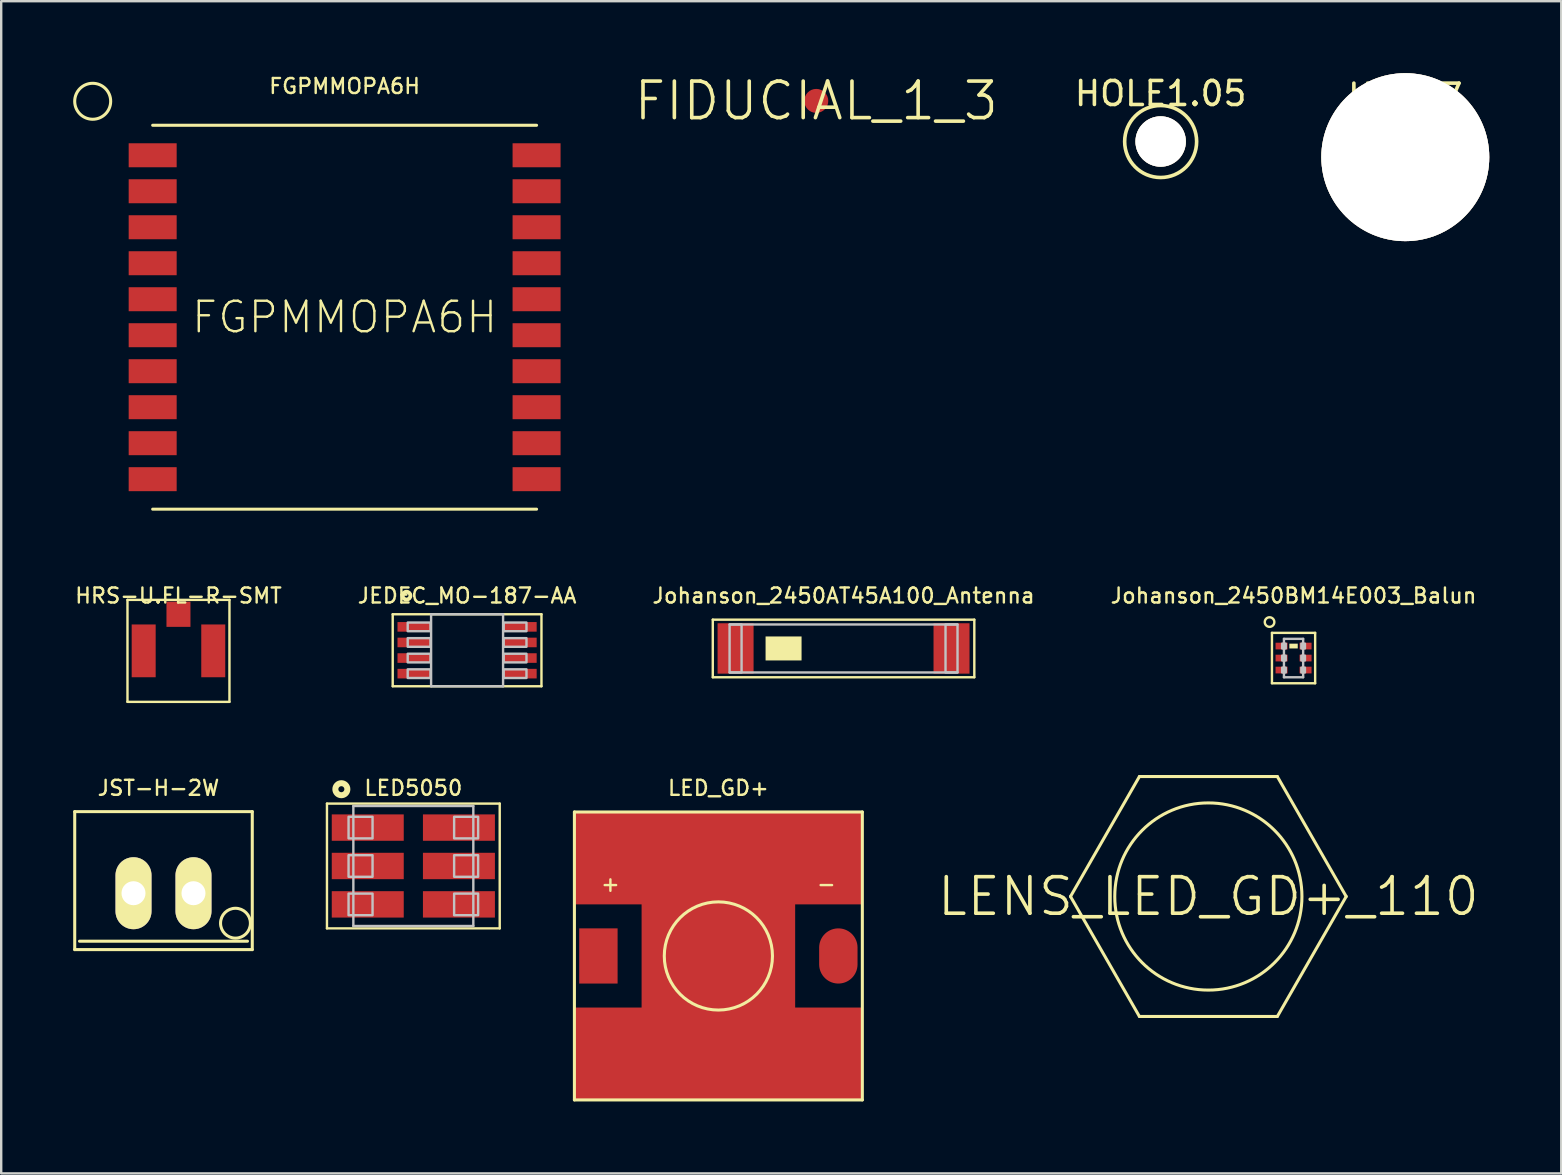
<source format=kicad_pcb>
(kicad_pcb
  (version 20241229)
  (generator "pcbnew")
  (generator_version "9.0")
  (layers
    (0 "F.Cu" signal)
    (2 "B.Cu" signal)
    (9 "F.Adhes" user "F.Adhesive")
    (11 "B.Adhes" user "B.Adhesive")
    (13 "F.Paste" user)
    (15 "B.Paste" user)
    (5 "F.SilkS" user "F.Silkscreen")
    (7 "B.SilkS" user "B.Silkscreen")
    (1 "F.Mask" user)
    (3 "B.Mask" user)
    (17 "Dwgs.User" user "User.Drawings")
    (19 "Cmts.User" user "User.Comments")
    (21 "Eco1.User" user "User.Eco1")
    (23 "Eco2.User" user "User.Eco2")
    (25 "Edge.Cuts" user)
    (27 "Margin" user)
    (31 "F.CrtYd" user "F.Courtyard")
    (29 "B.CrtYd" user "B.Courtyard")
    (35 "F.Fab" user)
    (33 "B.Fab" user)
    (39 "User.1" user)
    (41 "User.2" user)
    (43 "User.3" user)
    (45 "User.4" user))
  (footprint "JEDEC_MO-187-AA"
    (layer "F.Cu")
    (at 16.417 24.051)
    (property "Reference" "JEDEC_MO-187-AA" (at 0 -2.275 0) (layer "F.SilkS") (effects (font (size 0.625 0.625) (thickness 0.1))))
    (attr through_hole)
    (fp_line (start -3.1 -1.5) (end -3.1 1.5) (stroke (width 0.1) (type solid)) (layer "F.SilkS"))
    (fp_line (start -3.1 1.5) (end 3.1 1.5) (stroke (width 0.1) (type solid)) (layer "F.SilkS"))
    (fp_line (start 3.1 -1.5) (end -3.1 -1.5) (stroke (width 0.1) (type solid)) (layer "F.SilkS"))
    (fp_line (start 3.1 1.5) (end 3.1 -1.5) (stroke (width 0.1) (type solid)) (layer "F.SilkS"))
    (fp_circle (center -2.525 -2.275) (end -2.41 -2.16) (stroke (width 0.163) (type solid)) (fill no) (layer "F.SilkS"))
    (fp_line (start -1.5 -1.5) (end -1.5 1.5) (stroke (width 0.1) (type solid)) (layer "Dwgs.User"))
    (fp_line (start -1.5 1.5) (end 1.5 1.5) (stroke (width 0.1) (type solid)) (layer "Dwgs.User"))
    (fp_line (start 1.5 -1.5) (end -1.5 -1.5) (stroke (width 0.1) (type solid)) (layer "Dwgs.User"))
    (fp_line (start 1.5 1.5) (end 1.5 -1.5) (stroke (width 0.1) (type solid)) (layer "Dwgs.User"))
    (fp_poly (pts (xy -2.475 -1.155) (xy -2.475 -0.795) (xy -1.525 -0.795) (xy -1.525 -1.155) (xy -2.475 -1.155)) (stroke (width 0.1) (type solid)) (fill no) (layer "Dwgs.User"))
    (fp_poly (pts (xy -2.475 -0.505) (xy -2.475 -0.145) (xy -1.525 -0.145) (xy -1.525 -0.505) (xy -2.475 -0.505)) (stroke (width 0.1) (type solid)) (fill no) (layer "Dwgs.User"))
    (fp_poly (pts (xy -2.475 0.145) (xy -2.475 0.505) (xy -1.525 0.505) (xy -1.525 0.145) (xy -2.475 0.145)) (stroke (width 0.1) (type solid)) (fill no) (layer "Dwgs.User"))
    (fp_poly (pts (xy -2.475 0.795) (xy -2.475 1.155) (xy -1.525 1.155) (xy -1.525 0.795) (xy -2.475 0.795)) (stroke (width 0.1) (type solid)) (fill no) (layer "Dwgs.User"))
    (fp_poly (pts (xy 1.525 -1.155) (xy 1.525 -0.795) (xy 2.475 -0.795) (xy 2.475 -1.155) (xy 1.525 -1.155)) (stroke (width 0.1) (type solid)) (fill no) (layer "Dwgs.User"))
    (fp_poly (pts (xy 1.525 -0.505) (xy 1.525 -0.145) (xy 2.475 -0.145) (xy 2.475 -0.505) (xy 1.525 -0.505)) (stroke (width 0.1) (type solid)) (fill no) (layer "Dwgs.User"))
    (fp_poly (pts (xy 1.525 0.145) (xy 1.525 0.505) (xy 2.475 0.505) (xy 2.475 0.145) (xy 1.525 0.145)) (stroke (width 0.1) (type solid)) (fill no) (layer "Dwgs.User"))
    (fp_poly (pts (xy 1.525 0.795) (xy 1.525 1.155) (xy 2.475 1.155) (xy 2.475 0.795) (xy 1.525 0.795)) (stroke (width 0.1) (type solid)) (fill no) (layer "Dwgs.User"))
    (pad "1" smd rect (at -2.2 -0.975 180) (size 1.4 0.4) (layers "F.Cu" "F.Mask" "F.Paste"))
    (pad "2" smd rect (at -2.2 -0.325 180) (size 1.4 0.4) (layers "F.Cu" "F.Mask" "F.Paste"))
    (pad "3" smd rect (at -2.2 0.325 180) (size 1.4 0.4) (layers "F.Cu" "F.Mask" "F.Paste"))
    (pad "4" smd rect (at -2.2 0.975 180) (size 1.4 0.4) (layers "F.Cu" "F.Mask" "F.Paste"))
    (pad "5" smd rect (at 2.2 0.975) (size 1.4 0.4) (layers "F.Cu" "F.Mask" "F.Paste"))
    (pad "6" smd rect (at 2.2 0.325) (size 1.4 0.4) (layers "F.Cu" "F.Mask" "F.Paste"))
    (pad "7" smd rect (at 2.2 -0.325) (size 1.4 0.4) (layers "F.Cu" "F.Mask" "F.Paste"))
    (pad "8" smd rect (at 2.2 -0.975) (size 1.4 0.4) (layers "F.Cu" "F.Mask" "F.Paste")))
  (footprint "JST-H-2W"
    (layer "F.Cu")
    (at 3.764 34.177)
    (property "Reference" "JST-H-2W" (at -0.21 -4.385 0) (layer "F.SilkS") (effects (font (size 0.625 0.625) (thickness 0.1))))
    (attr through_hole)
    (fp_line (start -3.7 -3.4) (end 3.7 -3.4) (stroke (width 0.127) (type solid)) (layer "F.SilkS"))
    (fp_line (start -3.7 2.35) (end -3.7 -3.4) (stroke (width 0.127) (type solid)) (layer "F.SilkS"))
    (fp_line (start -3.5 2) (end 3.5 2) (stroke (width 0.127) (type solid)) (layer "F.SilkS"))
    (fp_line (start 3.7 -3.4) (end 3.7 2.35) (stroke (width 0.127) (type solid)) (layer "F.SilkS"))
    (fp_line (start 3.7 2.35) (end -3.7 2.35) (stroke (width 0.127) (type solid)) (layer "F.SilkS"))
    (fp_circle (center 3 1.25) (end 3.44 1.69) (stroke (width 0.127) (type solid)) (fill no) (layer "F.SilkS"))
    (pad "1" thru_hole oval (at 1.25 0 90) (size 3 1.5) (drill 1) (layers "*.Cu" "*.Mask" "F.SilkS"))
    (pad "2" thru_hole oval (at -1.25 0 90) (size 3 1.5) (drill 1) (layers "*.Cu" "*.Mask" "F.SilkS")))
  (footprint "FIDUCIAL_1_3"
    (layer "F.Cu")
    (at 30.97 1.155)
    (property "Reference" "FIDUCIAL_1_3" (at 0 0 0) (layer "F.SilkS") (effects (font (size 1.524 1.524) (thickness 0.15))))
    (attr through_hole)
    (fp_circle (center 0 0) (end 0.354 0.354) (stroke (width 0.5) (type solid)) (fill no) (layer "F.Mask"))
    (pad "1" smd oval (at 0 0) (size 1 1) (layers "F.Cu" "F.Mask" "F.Paste")))
  (footprint "HRS-U.FL-R-SMT"
    (layer "F.Cu")
    (at 4.388 24.076)
    (property "Reference" "HRS-U.FL-R-SMT" (at 0 -2.3 0) (layer "F.SilkS") (effects (font (size 0.625 0.625) (thickness 0.1))))
    (attr through_hole)
    (fp_line (start -2.125 -2.125) (end -2.125 2.125) (stroke (width 0.1) (type solid)) (layer "F.SilkS"))
    (fp_line (start -2.125 2.125) (end 2.125 2.125) (stroke (width 0.1) (type solid)) (layer "F.SilkS"))
    (fp_line (start 2.125 -2.125) (end -2.125 -2.125) (stroke (width 0.1) (type solid)) (layer "F.SilkS"))
    (fp_line (start 2.125 2.125) (end 2.125 -2.125) (stroke (width 0.1) (type solid)) (layer "F.SilkS"))
    (pad "1" smd rect (at 0 -1.525) (size 1 1.05) (layers "F.Cu" "F.Mask" "F.Paste"))
    (pad "2" smd rect (at -1.45 0) (size 1 2.2) (layers "F.Cu" "F.Mask" "F.Paste"))
    (pad "3" smd rect (at 1.45 0) (size 1 2.2) (layers "F.Cu" "F.Mask" "F.Paste")))
  (footprint "FGPMMOPA6H"
    (layer "F.Cu")
    (at 11.313 10.171)
    (property "Reference" "FGPMMOPA6H" (at 0 -9.63 0) (layer "F.SilkS") (effects (font (size 0.625 0.625) (thickness 0.1))))
    (attr through_hole)
    (fp_line (start -8 -8) (end 8 -8) (stroke (width 0.127) (type solid)) (layer "F.SilkS"))
    (fp_line (start 8 8) (end -8 8) (stroke (width 0.127) (type solid)) (layer "F.SilkS"))
    (fp_circle (center -10.5 -9) (end -9.97 -8.47) (stroke (width 0.127) (type solid)) (fill no) (layer "F.SilkS"))
    (fp_text user "FGPMMOPA6H" (at 0 0 0) (layer "F.SilkS") (effects (font (size 1.27 1.27) (thickness 0.1))))
    (pad "1" smd rect (at -8 -6.75 180) (size 2 1) (layers "F.Cu" "F.Mask" "F.Paste"))
    (pad "2" smd rect (at -8 -5.25 180) (size 2 1) (layers "F.Cu" "F.Mask" "F.Paste"))
    (pad "3" smd rect (at -8 -3.75 180) (size 2 1) (layers "F.Cu" "F.Mask" "F.Paste"))
    (pad "4" smd rect (at -8 -2.25 180) (size 2 1) (layers "F.Cu" "F.Mask" "F.Paste"))
    (pad "5" smd rect (at -8 -0.75 180) (size 2 1) (layers "F.Cu" "F.Mask" "F.Paste"))
    (pad "6" smd rect (at -8 0.75 180) (size 2 1) (layers "F.Cu" "F.Mask" "F.Paste"))
    (pad "7" smd rect (at -8 2.25 180) (size 2 1) (layers "F.Cu" "F.Mask" "F.Paste"))
    (pad "8" smd rect (at -8 3.75 180) (size 2 1) (layers "F.Cu" "F.Mask" "F.Paste"))
    (pad "9" smd rect (at -8 5.25 180) (size 2 1) (layers "F.Cu" "F.Mask" "F.Paste"))
    (pad "10" smd rect (at -8 6.75 180) (size 2 1) (layers "F.Cu" "F.Mask" "F.Paste"))
    (pad "11" smd rect (at 8 6.75) (size 2 1) (layers "F.Cu" "F.Mask" "F.Paste"))
    (pad "12" smd rect (at 8 5.25) (size 2 1) (layers "F.Cu" "F.Mask" "F.Paste"))
    (pad "13" smd rect (at 8 3.75) (size 2 1) (layers "F.Cu" "F.Mask" "F.Paste"))
    (pad "14" smd rect (at 8 2.25) (size 2 1) (layers "F.Cu" "F.Mask" "F.Paste"))
    (pad "15" smd rect (at 8 0.75) (size 2 1) (layers "F.Cu" "F.Mask" "F.Paste"))
    (pad "16" smd rect (at 8 -0.75) (size 2 1) (layers "F.Cu" "F.Mask" "F.Paste"))
    (pad "17" smd rect (at 8 -2.25) (size 2 1) (layers "F.Cu" "F.Mask" "F.Paste"))
    (pad "18" smd rect (at 8 -3.75) (size 2 1) (layers "F.Cu" "F.Mask" "F.Paste"))
    (pad "19" smd rect (at 8 -5.25) (size 2 1) (layers "F.Cu" "F.Mask" "F.Paste"))
    (pad "20" smd rect (at 8 -6.75) (size 2 1) (layers "F.Cu" "F.Mask" "F.Paste")))
  (footprint "LENS_LED_GD+_110"
    (layer "F.Cu")
    (at 47.311 34.314)
    (property "Reference" "LENS_LED_GD+_110" (at 0 0 0) (layer "F.SilkS") (effects (font (size 1.524 1.524) (thickness 0.15))))
    (attr through_hole)
    (fp_line (start -5.745 0) (end -2.873 -5) (stroke (width 0.127) (type solid)) (layer "F.SilkS"))
    (fp_line (start -5.745 0) (end -2.873 5) (stroke (width 0.127) (type solid)) (layer "F.SilkS"))
    (fp_line (start -2.873 -5) (end 2.875 -5) (stroke (width 0.127) (type solid)) (layer "F.SilkS"))
    (fp_line (start -2.873 5) (end 2.875 5) (stroke (width 0.127) (type solid)) (layer "F.SilkS"))
    (fp_line (start 2.875 -5) (end 5.745 0) (stroke (width 0.127) (type solid)) (layer "F.SilkS"))
    (fp_line (start 2.875 5) (end 5.745 0) (stroke (width 0.127) (type solid)) (layer "F.SilkS"))
    (fp_circle (center 0 0) (end 2.758 2.758) (stroke (width 0.127) (type solid)) (fill no) (layer "F.SilkS")))
  (footprint "HOLE1.05"
    (layer "F.Cu")
    (at 45.323 2.848)
    (property "Reference" "HOLE1.05" (at 0 -2 0) (layer "F.SilkS") (effects (font (size 1 1) (thickness 0.15))))
    (attr through_hole)
    (fp_circle (center 0 0) (end 1.5 0) (stroke (width 0.15) (type solid)) (fill no) (layer "F.SilkS"))
    (pad "1" thru_hole circle (at 0 0) (size 2.1 2.1) (drill 2.1) (layers "*.Cu" "*.Mask" "F.SilkS")))
  (footprint "Johanson_2450AT45A100_Antenna"
    (layer "F.Cu")
    (at 32.107 23.976)
    (property "Reference" "Johanson_2450AT45A100_Antenna" (at 0 -2.2 0) (layer "F.SilkS") (effects (font (size 0.625 0.625) (thickness 0.1))))
    (attr through_hole)
    (fp_line (start -5.45 -1.2) (end -5.45 1.2) (stroke (width 0.1) (type solid)) (layer "F.SilkS"))
    (fp_line (start -5.45 1.2) (end 5.45 1.2) (stroke (width 0.1) (type solid)) (layer "F.SilkS"))
    (fp_line (start 5.45 -1.2) (end -5.45 -1.2) (stroke (width 0.1) (type solid)) (layer "F.SilkS"))
    (fp_line (start 5.45 1.2) (end 5.45 -1.2) (stroke (width 0.1) (type solid)) (layer "F.SilkS"))
    (fp_poly (pts (xy -3.25 -0.5) (xy -3.25 0.5) (xy -1.75 0.5) (xy -1.75 -0.5) (xy -3.25 -0.5)) (stroke (width 0) (type solid)) (fill yes) (layer "F.SilkS"))
    (fp_line (start -4.75 -1) (end 4.75 -1) (stroke (width 0.1) (type solid)) (layer "Dwgs.User"))
    (fp_line (start -4.75 1) (end 4.75 1) (stroke (width 0.1) (type solid)) (layer "Dwgs.User"))
    (fp_poly (pts (xy -4.75 -1) (xy -4.75 1) (xy -4.25 1) (xy -4.25 -1) (xy -4.75 -1)) (stroke (width 0.1) (type solid)) (fill no) (layer "Dwgs.User"))
    (fp_poly (pts (xy 4.25 -1) (xy 4.25 1) (xy 4.75 1) (xy 4.75 -1) (xy 4.25 -1)) (stroke (width 0.1) (type solid)) (fill no) (layer "Dwgs.User"))
    (pad "1" smd rect (at -4.5 0) (size 1.5 2.1) (layers "F.Cu" "F.Mask" "F.Paste"))
    (pad "2" smd rect (at 4.5 0) (size 1.5 2.1) (layers "F.Cu" "F.Mask" "F.Paste")))
  (footprint "HOLE7"
    (layer "F.Cu")
    (at 55.519 3.5)
    (property "Reference" "HOLE7" (at 0 -2.54 0) (layer "F.SilkS") (effects (font (size 1 1) (thickness 0.15))))
    (attr through_hole)
    (pad "1" thru_hole circle (at 0 0) (size 7 7) (drill 7) (layers "*.Cu" "*.Mask" "F.SilkS")))
  (footprint "LED_GD+"
    (layer "F.Cu")
    (at 26.89 36.792)
    (property "Reference" "LED_GD+" (at 0 -7 0) (layer "F.SilkS") (effects (font (size 0.625 0.625) (thickness 0.1))))
    (attr through_hole)
    (fp_poly (pts (xy -6 -6) (xy -6 -2.15) (xy 6 -2.15) (xy 6 -6) (xy -6 -6)) (stroke (width 0) (type solid)) (fill yes) (layer "F.Cu"))
    (fp_poly (pts (xy -6 2.15) (xy -6 6) (xy 6 6) (xy 6 2.15) (xy -6 2.15)) (stroke (width 0) (type solid)) (fill yes) (layer "F.Cu"))
    (fp_poly (pts (xy -3.2 -6) (xy -3.2 6) (xy 3.2 6) (xy 3.2 -6) (xy -3.2 -6)) (stroke (width 0) (type solid)) (fill yes) (layer "F.Cu"))
    (fp_line (start -6 -6) (end -6 6) (stroke (width 0.127) (type solid)) (layer "F.SilkS"))
    (fp_line (start -6 6) (end 6 6) (stroke (width 0.127) (type solid)) (layer "F.SilkS"))
    (fp_line (start 6 -6) (end -6 -6) (stroke (width 0.127) (type solid)) (layer "F.SilkS"))
    (fp_line (start 6 6) (end 6 -6) (stroke (width 0.127) (type solid)) (layer "F.SilkS"))
    (fp_circle (center 0 0) (end 1.594 1.594) (stroke (width 0.127) (type solid)) (fill no) (layer "F.SilkS"))
    (fp_text user "-" (at 4.5 -3 0) (layer "F.SilkS") (effects (font (size 0.625 0.625) (thickness 0.1))))
    (fp_text user "+" (at -4.5 -3 0) (layer "F.SilkS") (effects (font (size 0.625 0.625) (thickness 0.1))))
    (pad "1" smd rect (at -5 0) (size 1.6 2.3) (layers "F.Cu" "F.Mask" "F.Paste"))
    (pad "2" smd oval (at 5 0) (size 1.6 2.3) (layers "F.Cu" "F.Mask" "F.Paste"))
    (pad "3" smd oval (at 0 0) (size 4 4) (layers "F.Cu" "F.Mask" "F.Paste")))
  (footprint "Johanson_2450BM14E003_Balun"
    (layer "F.Cu")
    (at 50.862 24.376)
    (property "Reference" "Johanson_2450BM14E003_Balun" (at 0 -2.6 0) (layer "F.SilkS") (effects (font (size 0.625 0.625) (thickness 0.1))))
    (attr through_hole)
    (fp_line (start -0.9 -1.05) (end -0.9 1.05) (stroke (width 0.1) (type solid)) (layer "F.SilkS"))
    (fp_line (start -0.9 1.05) (end 0.9 1.05) (stroke (width 0.1) (type solid)) (layer "F.SilkS"))
    (fp_line (start 0.9 -1.05) (end -0.9 -1.05) (stroke (width 0.1) (type solid)) (layer "F.SilkS"))
    (fp_line (start 0.9 1.05) (end 0.9 -1.05) (stroke (width 0.1) (type solid)) (layer "F.SilkS"))
    (fp_circle (center -1 -1.5) (end -0.859 -1.359) (stroke (width 0.1) (type solid)) (fill no) (layer "F.SilkS"))
    (fp_poly (pts (xy -0.175 -0.6) (xy -0.175 -0.4) (xy 0.175 -0.4) (xy 0.175 -0.6) (xy -0.175 -0.6)) (stroke (width 0) (type solid)) (fill yes) (layer "F.SilkS"))
    (fp_line (start -0.4 -0.8) (end -0.4 0.8) (stroke (width 0.1) (type solid)) (layer "Dwgs.User"))
    (fp_line (start -0.4 0.8) (end 0.4 0.8) (stroke (width 0.1) (type solid)) (layer "Dwgs.User"))
    (fp_line (start 0.4 -0.8) (end -0.4 -0.8) (stroke (width 0.1) (type solid)) (layer "Dwgs.User"))
    (fp_line (start 0.4 0.8) (end 0.4 -0.8) (stroke (width 0.1) (type solid)) (layer "Dwgs.User"))
    (fp_poly (pts (xy -0.475 -0.6) (xy -0.475 -0.4) (xy -0.325 -0.4) (xy -0.325 -0.6) (xy -0.475 -0.6)) (stroke (width 0.1) (type solid)) (fill no) (layer "Dwgs.User"))
    (fp_poly (pts (xy -0.475 -0.1) (xy -0.475 0.1) (xy -0.325 0.1) (xy -0.325 -0.1) (xy -0.475 -0.1)) (stroke (width 0.1) (type solid)) (fill no) (layer "Dwgs.User"))
    (fp_poly (pts (xy -0.475 0.4) (xy -0.475 0.6) (xy -0.325 0.6) (xy -0.325 0.4) (xy -0.475 0.4)) (stroke (width 0.1) (type solid)) (fill no) (layer "Dwgs.User"))
    (fp_poly (pts (xy 0.325 -0.6) (xy 0.325 -0.4) (xy 0.475 -0.4) (xy 0.475 -0.6) (xy 0.325 -0.6)) (stroke (width 0.1) (type solid)) (fill no) (layer "Dwgs.User"))
    (fp_poly (pts (xy 0.325 -0.1) (xy 0.325 0.1) (xy 0.475 0.1) (xy 0.475 -0.1) (xy 0.325 -0.1)) (stroke (width 0.1) (type solid)) (fill no) (layer "Dwgs.User"))
    (fp_poly (pts (xy 0.325 0.4) (xy 0.325 0.6) (xy 0.475 0.6) (xy 0.475 0.4) (xy 0.325 0.4)) (stroke (width 0.1) (type solid)) (fill no) (layer "Dwgs.User"))
    (pad "1" smd rect (at -0.5 -0.5 180) (size 0.5 0.28) (layers "F.Cu" "F.Mask" "F.Paste"))
    (pad "2" smd rect (at -0.5 0 180) (size 0.5 0.28) (layers "F.Cu" "F.Mask" "F.Paste"))
    (pad "3" smd rect (at -0.5 0.5 180) (size 0.5 0.28) (layers "F.Cu" "F.Mask" "F.Paste"))
    (pad "4" smd rect (at 0.5 0.5) (size 0.5 0.28) (layers "F.Cu" "F.Mask" "F.Paste"))
    (pad "5" smd rect (at 0.5 0) (size 0.5 0.28) (layers "F.Cu" "F.Mask" "F.Paste"))
    (pad "6" smd rect (at 0.5 -0.5) (size 0.5 0.28) (layers "F.Cu" "F.Mask" "F.Paste")))
  (footprint "LED5050"
    (layer "F.Cu")
    (at 14.177 33.042)
    (property "Reference" "LED5050" (at 0 -3.25 0) (layer "F.SilkS") (effects (font (size 0.625 0.625) (thickness 0.1))))
    (attr through_hole)
    (fp_line (start -3.6 -2.6) (end -3.6 2.6) (stroke (width 0.1) (type solid)) (layer "F.SilkS"))
    (fp_line (start -3.6 2.6) (end 3.6 2.6) (stroke (width 0.1) (type solid)) (layer "F.SilkS"))
    (fp_line (start 3.6 -2.6) (end -3.6 -2.6) (stroke (width 0.1) (type solid)) (layer "F.SilkS"))
    (fp_line (start 3.6 2.6) (end 3.6 -2.6) (stroke (width 0.1) (type solid)) (layer "F.SilkS"))
    (fp_circle (center -3 -3.2) (end -2.823 -3.023) (stroke (width 0.25) (type solid)) (fill no) (layer "F.SilkS"))
    (fp_line (start -2.5 -2.5) (end -2.5 2.5) (stroke (width 0.1) (type solid)) (layer "Dwgs.User"))
    (fp_line (start -2.5 2.5) (end 2.5 2.5) (stroke (width 0.1) (type solid)) (layer "Dwgs.User"))
    (fp_line (start 2.5 -2.5) (end -2.5 -2.5) (stroke (width 0.1) (type solid)) (layer "Dwgs.User"))
    (fp_line (start 2.5 2.5) (end 2.5 -2.5) (stroke (width 0.1) (type solid)) (layer "Dwgs.User"))
    (fp_poly (pts (xy -2.7 -2.05) (xy -2.7 -1.15) (xy -1.7 -1.15) (xy -1.7 -2.05) (xy -2.7 -2.05)) (stroke (width 0.1) (type solid)) (fill no) (layer "Dwgs.User"))
    (fp_poly (pts (xy -2.7 -0.45) (xy -2.7 0.45) (xy -1.7 0.45) (xy -1.7 -0.45) (xy -2.7 -0.45)) (stroke (width 0.1) (type solid)) (fill no) (layer "Dwgs.User"))
    (fp_poly (pts (xy -2.7 1.15) (xy -2.7 2.05) (xy -1.7 2.05) (xy -1.7 1.15) (xy -2.7 1.15)) (stroke (width 0.1) (type solid)) (fill no) (layer "Dwgs.User"))
    (fp_poly (pts (xy 1.7 -2.05) (xy 1.7 -1.15) (xy 2.7 -1.15) (xy 2.7 -2.05) (xy 1.7 -2.05)) (stroke (width 0.1) (type solid)) (fill no) (layer "Dwgs.User"))
    (fp_poly (pts (xy 1.7 -0.45) (xy 1.7 0.45) (xy 2.7 0.45) (xy 2.7 -0.45) (xy 1.7 -0.45)) (stroke (width 0.1) (type solid)) (fill no) (layer "Dwgs.User"))
    (fp_poly (pts (xy 1.7 1.15) (xy 1.7 2.05) (xy 2.7 2.05) (xy 2.7 1.15) (xy 1.7 1.15)) (stroke (width 0.1) (type solid)) (fill no) (layer "Dwgs.User"))
    (pad "1" smd rect (at -1.9 -1.6 180) (size 3 1.1) (layers "F.Cu" "F.Mask" "F.Paste"))
    (pad "2" smd rect (at -1.9 0 180) (size 3 1.1) (layers "F.Cu" "F.Mask" "F.Paste"))
    (pad "3" smd rect (at -1.9 1.6 180) (size 3 1.1) (layers "F.Cu" "F.Mask" "F.Paste"))
    (pad "4" smd rect (at 1.9 1.6) (size 3 1.1) (layers "F.Cu" "F.Mask" "F.Paste"))
    (pad "5" smd rect (at 1.9 0) (size 3 1.1) (layers "F.Cu" "F.Mask" "F.Paste"))
    (pad "6" smd rect (at 1.9 -1.6) (size 3 1.1) (layers "F.Cu" "F.Mask" "F.Paste")))
  (gr_rect
    (start -3 -3)
    (end 62.019 45.855)
    (stroke (width 0.1) (type default))
    (fill no)
    (layer "Edge.Cuts")))
</source>
